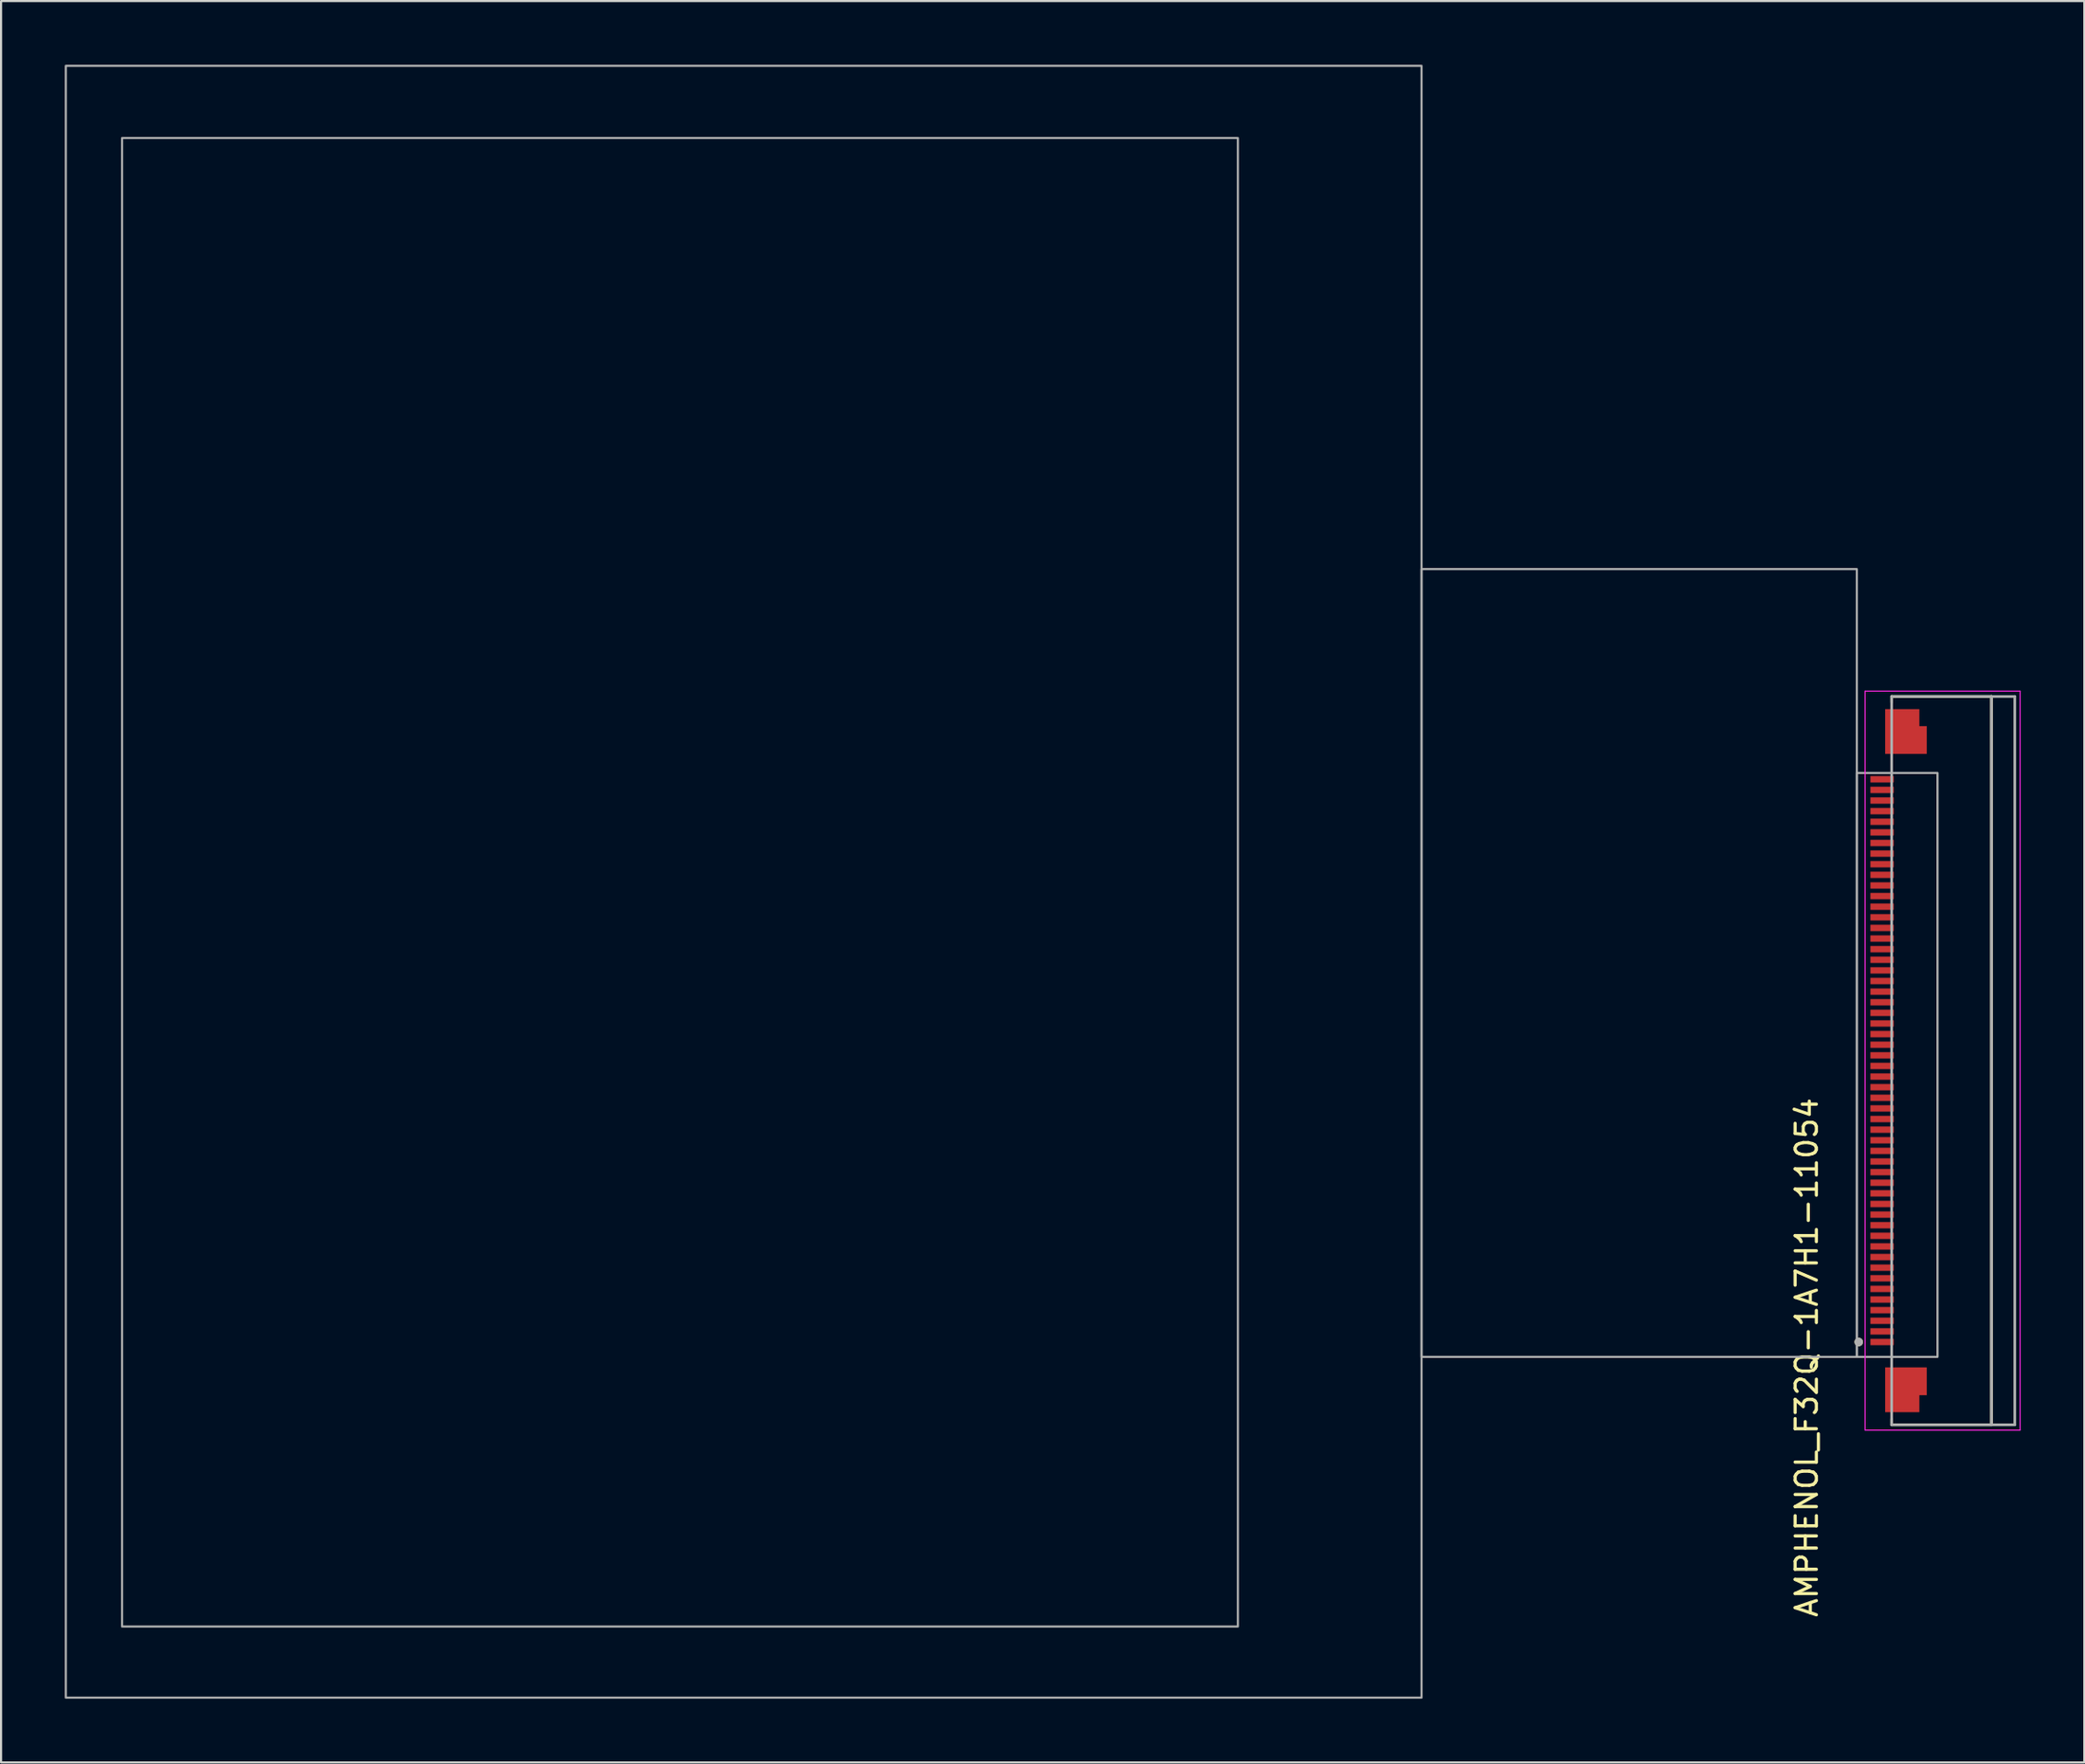
<source format=kicad_pcb>
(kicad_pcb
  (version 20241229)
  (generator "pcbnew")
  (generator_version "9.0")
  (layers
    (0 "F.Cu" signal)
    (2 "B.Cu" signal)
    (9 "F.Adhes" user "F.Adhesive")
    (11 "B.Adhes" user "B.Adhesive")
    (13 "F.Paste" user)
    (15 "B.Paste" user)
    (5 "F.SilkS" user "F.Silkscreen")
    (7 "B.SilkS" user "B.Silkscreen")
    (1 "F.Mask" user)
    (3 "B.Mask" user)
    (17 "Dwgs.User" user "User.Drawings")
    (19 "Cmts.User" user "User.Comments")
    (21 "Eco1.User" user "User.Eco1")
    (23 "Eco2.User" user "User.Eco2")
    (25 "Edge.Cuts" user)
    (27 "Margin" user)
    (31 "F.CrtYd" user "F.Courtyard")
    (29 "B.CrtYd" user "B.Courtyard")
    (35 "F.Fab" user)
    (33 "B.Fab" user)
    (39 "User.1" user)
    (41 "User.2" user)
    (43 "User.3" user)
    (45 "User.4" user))
  (footprint "AMPHENOL_F32Q-1A7H1-11054"
    (layer "F.Cu")
    (at 88.2 47.1)
    (property "Reference" "AMPHENOL_F32Q-1A7H1-11054" (at -6.16 13.777 90) (layer "F.SilkS") (effects (font (size 1 1) (thickness 0.15))))
    (attr smd)
    (fp_poly (pts (xy -0.76 16.45) (xy -0.76 15.65) (xy -0.41 15.65) (xy -0.41 14.15) (xy -2.56 14.15) (xy -2.56 16.45)) (stroke (width 0.01) (type solid)) (fill yes) (layer "F.Mask"))
    (fp_poly (pts (xy -0.41 -14.55) (xy -0.41 -16.05) (xy -0.76 -16.05) (xy -0.76 -16.85) (xy -2.56 -16.85) (xy -2.56 -14.55)) (stroke (width 0.01) (type solid)) (fill yes) (layer "F.Mask"))
    (fp_line (start -2.16 -17.35) (end -2.16 -17.07) (stroke (width 0.127) (type solid)) (layer "F.SilkS"))
    (fp_line (start -2.16 16.67) (end -2.16 16.95) (stroke (width 0.127) (type solid)) (layer "F.SilkS"))
    (fp_line (start -2.16 16.95) (end 2.54 16.95) (stroke (width 0.127) (type solid)) (layer "F.SilkS"))
    (fp_line (start 2.54 -17.35) (end -2.16 -17.35) (stroke (width 0.127) (type solid)) (layer "F.SilkS"))
    (fp_line (start 2.54 16.95) (end 2.54 -17.35) (stroke (width 0.127) (type solid)) (layer "F.SilkS"))
    (fp_circle (center -3.71 13.05) (end -3.71 12.95) (stroke (width 0.2) (type solid)) (fill no) (layer "F.SilkS"))
    (fp_poly (pts (xy -0.86 16.35) (xy -0.86 15.55) (xy -0.51 15.55) (xy -0.51 14.25) (xy -2.46 14.25) (xy -2.46 16.35)) (stroke (width 0.01) (type solid)) (fill yes) (layer "F.Paste"))
    (fp_poly (pts (xy -0.51 -15.95) (xy -0.51 -14.65) (xy -2.46 -14.65) (xy -2.46 -16.75) (xy -0.86 -16.75) (xy -0.86 -15.95)) (stroke (width 0.01) (type solid)) (fill yes) (layer "F.Paste"))
    (fp_line (start -3.41 -17.6) (end -3.41 17.2) (stroke (width 0.05) (type solid)) (layer "F.CrtYd"))
    (fp_line (start -3.41 17.2) (end 3.89 17.2) (stroke (width 0.05) (type solid)) (layer "F.CrtYd"))
    (fp_line (start 3.89 -17.6) (end -3.41 -17.6) (stroke (width 0.05) (type solid)) (layer "F.CrtYd"))
    (fp_line (start 3.89 17.2) (end 3.89 -17.6) (stroke (width 0.05) (type solid)) (layer "F.CrtYd"))
    (fp_line (start -2.16 -17.35) (end -2.16 16.95) (stroke (width 0.127) (type solid)) (layer "F.Fab"))
    (fp_line (start -2.16 16.95) (end 2.54 16.95) (stroke (width 0.127) (type solid)) (layer "F.Fab"))
    (fp_line (start 2.54 -17.35) (end -2.16 -17.35) (stroke (width 0.127) (type solid)) (layer "F.Fab"))
    (fp_line (start 2.54 -17.35) (end 3.64 -17.35) (stroke (width 0.127) (type solid)) (layer "F.Fab"))
    (fp_line (start 2.54 16.95) (end 2.54 -17.35) (stroke (width 0.127) (type solid)) (layer "F.Fab"))
    (fp_line (start 3.64 16.95) (end 2.54 16.95) (stroke (width 0.127) (type solid)) (layer "F.Fab"))
    (fp_line (start 3.64 16.95) (end 3.64 -17.35) (stroke (width 0.127) (type solid)) (layer "F.Fab"))
    (fp_rect (start -85.5 -43.65) (end -32.95 26.45) (stroke (width 0.1) (type default)) (fill no) (layer "F.Fab"))
    (fp_rect (start -24.3 -23.35) (end -3.8 13.75) (stroke (width 0.1) (type default)) (fill no) (layer "F.Fab"))
    (fp_rect (start -24.3 29.8) (end -88.15 -47.05) (stroke (width 0.1) (type default)) (fill no) (layer "F.Fab"))
    (fp_rect (start 0 -13.75) (end -3.8 13.75) (stroke (width 0.1) (type default)) (fill no) (layer "F.Fab"))
    (fp_circle (center -3.71 13.05) (end -3.71 12.95) (stroke (width 0.2) (type solid)) (fill no) (layer "F.Fab"))
    (pad "1" smd rect (at -2.61 13.05 90) (size 0.3 1.1) (layers "F.Cu" "F.Mask" "F.Paste"))
    (pad "2" smd rect (at -2.61 12.55 90) (size 0.3 1.1) (layers "F.Cu" "F.Mask" "F.Paste"))
    (pad "3" smd rect (at -2.61 12.05 90) (size 0.3 1.1) (layers "F.Cu" "F.Mask" "F.Paste"))
    (pad "4" smd rect (at -2.61 11.55 90) (size 0.3 1.1) (layers "F.Cu" "F.Mask" "F.Paste"))
    (pad "5" smd rect (at -2.61 11.05 90) (size 0.3 1.1) (layers "F.Cu" "F.Mask" "F.Paste"))
    (pad "6" smd rect (at -2.61 10.55 90) (size 0.3 1.1) (layers "F.Cu" "F.Mask" "F.Paste"))
    (pad "7" smd rect (at -2.61 10.05 90) (size 0.3 1.1) (layers "F.Cu" "F.Mask" "F.Paste"))
    (pad "8" smd rect (at -2.61 9.55 90) (size 0.3 1.1) (layers "F.Cu" "F.Mask" "F.Paste"))
    (pad "9" smd rect (at -2.61 9.05 90) (size 0.3 1.1) (layers "F.Cu" "F.Mask" "F.Paste"))
    (pad "10" smd rect (at -2.61 8.55 90) (size 0.3 1.1) (layers "F.Cu" "F.Mask" "F.Paste"))
    (pad "11" smd rect (at -2.61 8.05 90) (size 0.3 1.1) (layers "F.Cu" "F.Mask" "F.Paste"))
    (pad "12" smd rect (at -2.61 7.55 90) (size 0.3 1.1) (layers "F.Cu" "F.Mask" "F.Paste"))
    (pad "13" smd rect (at -2.61 7.05 90) (size 0.3 1.1) (layers "F.Cu" "F.Mask" "F.Paste"))
    (pad "14" smd rect (at -2.61 6.55 90) (size 0.3 1.1) (layers "F.Cu" "F.Mask" "F.Paste"))
    (pad "15" smd rect (at -2.61 6.05 90) (size 0.3 1.1) (layers "F.Cu" "F.Mask" "F.Paste"))
    (pad "16" smd rect (at -2.61 5.55 90) (size 0.3 1.1) (layers "F.Cu" "F.Mask" "F.Paste"))
    (pad "17" smd rect (at -2.61 5.05 90) (size 0.3 1.1) (layers "F.Cu" "F.Mask" "F.Paste"))
    (pad "18" smd rect (at -2.61 4.55 90) (size 0.3 1.1) (layers "F.Cu" "F.Mask" "F.Paste"))
    (pad "19" smd rect (at -2.61 4.05 90) (size 0.3 1.1) (layers "F.Cu" "F.Mask" "F.Paste"))
    (pad "20" smd rect (at -2.61 3.55 90) (size 0.3 1.1) (layers "F.Cu" "F.Mask" "F.Paste"))
    (pad "21" smd rect (at -2.61 3.05 90) (size 0.3 1.1) (layers "F.Cu" "F.Mask" "F.Paste"))
    (pad "22" smd rect (at -2.61 2.55 90) (size 0.3 1.1) (layers "F.Cu" "F.Mask" "F.Paste"))
    (pad "23" smd rect (at -2.61 2.05 90) (size 0.3 1.1) (layers "F.Cu" "F.Mask" "F.Paste"))
    (pad "24" smd rect (at -2.61 1.55 90) (size 0.3 1.1) (layers "F.Cu" "F.Mask" "F.Paste"))
    (pad "25" smd rect (at -2.61 1.05 90) (size 0.3 1.1) (layers "F.Cu" "F.Mask" "F.Paste"))
    (pad "26" smd rect (at -2.61 0.55 90) (size 0.3 1.1) (layers "F.Cu" "F.Mask" "F.Paste"))
    (pad "27" smd rect (at -2.61 0.05 90) (size 0.3 1.1) (layers "F.Cu" "F.Mask" "F.Paste"))
    (pad "28" smd rect (at -2.61 -0.45 90) (size 0.3 1.1) (layers "F.Cu" "F.Mask" "F.Paste"))
    (pad "29" smd rect (at -2.61 -0.95 90) (size 0.3 1.1) (layers "F.Cu" "F.Mask" "F.Paste"))
    (pad "30" smd rect (at -2.61 -1.45 90) (size 0.3 1.1) (layers "F.Cu" "F.Mask" "F.Paste"))
    (pad "31" smd rect (at -2.61 -1.95 90) (size 0.3 1.1) (layers "F.Cu" "F.Mask" "F.Paste"))
    (pad "32" smd rect (at -2.61 -2.45 90) (size 0.3 1.1) (layers "F.Cu" "F.Mask" "F.Paste"))
    (pad "33" smd rect (at -2.61 -2.95 90) (size 0.3 1.1) (layers "F.Cu" "F.Mask" "F.Paste"))
    (pad "34" smd rect (at -2.61 -3.45 90) (size 0.3 1.1) (layers "F.Cu" "F.Mask" "F.Paste"))
    (pad "35" smd rect (at -2.61 -3.95 90) (size 0.3 1.1) (layers "F.Cu" "F.Mask" "F.Paste"))
    (pad "36" smd rect (at -2.61 -4.45 90) (size 0.3 1.1) (layers "F.Cu" "F.Mask" "F.Paste"))
    (pad "37" smd rect (at -2.61 -4.95 90) (size 0.3 1.1) (layers "F.Cu" "F.Mask" "F.Paste"))
    (pad "38" smd rect (at -2.61 -5.45 90) (size 0.3 1.1) (layers "F.Cu" "F.Mask" "F.Paste"))
    (pad "39" smd rect (at -2.61 -5.95 90) (size 0.3 1.1) (layers "F.Cu" "F.Mask" "F.Paste"))
    (pad "40" smd rect (at -2.61 -6.45 90) (size 0.3 1.1) (layers "F.Cu" "F.Mask" "F.Paste"))
    (pad "41" smd rect (at -2.61 -6.95 90) (size 0.3 1.1) (layers "F.Cu" "F.Mask" "F.Paste"))
    (pad "42" smd rect (at -2.61 -7.45 90) (size 0.3 1.1) (layers "F.Cu" "F.Mask" "F.Paste"))
    (pad "43" smd rect (at -2.61 -7.95 90) (size 0.3 1.1) (layers "F.Cu" "F.Mask" "F.Paste"))
    (pad "44" smd rect (at -2.61 -8.45 90) (size 0.3 1.1) (layers "F.Cu" "F.Mask" "F.Paste"))
    (pad "45" smd rect (at -2.61 -8.95 90) (size 0.3 1.1) (layers "F.Cu" "F.Mask" "F.Paste"))
    (pad "46" smd rect (at -2.61 -9.45 90) (size 0.3 1.1) (layers "F.Cu" "F.Mask" "F.Paste"))
    (pad "47" smd rect (at -2.61 -9.95 90) (size 0.3 1.1) (layers "F.Cu" "F.Mask" "F.Paste"))
    (pad "48" smd rect (at -2.61 -10.45 90) (size 0.3 1.1) (layers "F.Cu" "F.Mask" "F.Paste"))
    (pad "49" smd rect (at -2.61 -10.95 90) (size 0.3 1.1) (layers "F.Cu" "F.Mask" "F.Paste"))
    (pad "50" smd rect (at -2.61 -11.45 90) (size 0.3 1.1) (layers "F.Cu" "F.Mask" "F.Paste"))
    (pad "51" smd rect (at -2.61 -11.95 90) (size 0.3 1.1) (layers "F.Cu" "F.Mask" "F.Paste"))
    (pad "52" smd rect (at -2.61 -12.45 90) (size 0.3 1.1) (layers "F.Cu" "F.Mask" "F.Paste"))
    (pad "53" smd rect (at -2.61 -12.95 90) (size 0.3 1.1) (layers "F.Cu" "F.Mask" "F.Paste"))
    (pad "54" smd rect (at -2.61 -13.45 90) (size 0.3 1.1) (layers "F.Cu" "F.Mask" "F.Paste"))
    (pad "SH1" smd custom (at -1.61 15.3 90) (size 1 1) (layers "F.Cu") (options (anchor rect)) (primitives (gr_poly (pts (xy -1.05 -0.85) (xy 1.05 -0.85) (xy 1.05 1.1) (xy -0.25 1.1) (xy -0.25 0.75) (xy -1.05 0.75)) (width 0.01) (fill yes))))
    (pad "SH2" smd custom (at -1.61 -15.7 90) (size 1 1) (layers "F.Cu") (options (anchor rect)) (primitives (gr_poly (pts (xy -1.05 -0.85) (xy -1.05 1.1) (xy 0.25 1.1) (xy 0.25 0.75) (xy 1.05 0.75) (xy 1.05 -0.85)) (width 0.01) (fill yes)))))
  (gr_rect
    (start -3 -3)
    (end 95.115 79.95)
    (stroke (width 0.1) (type default))
    (fill no)
    (layer "Edge.Cuts")))
</source>
